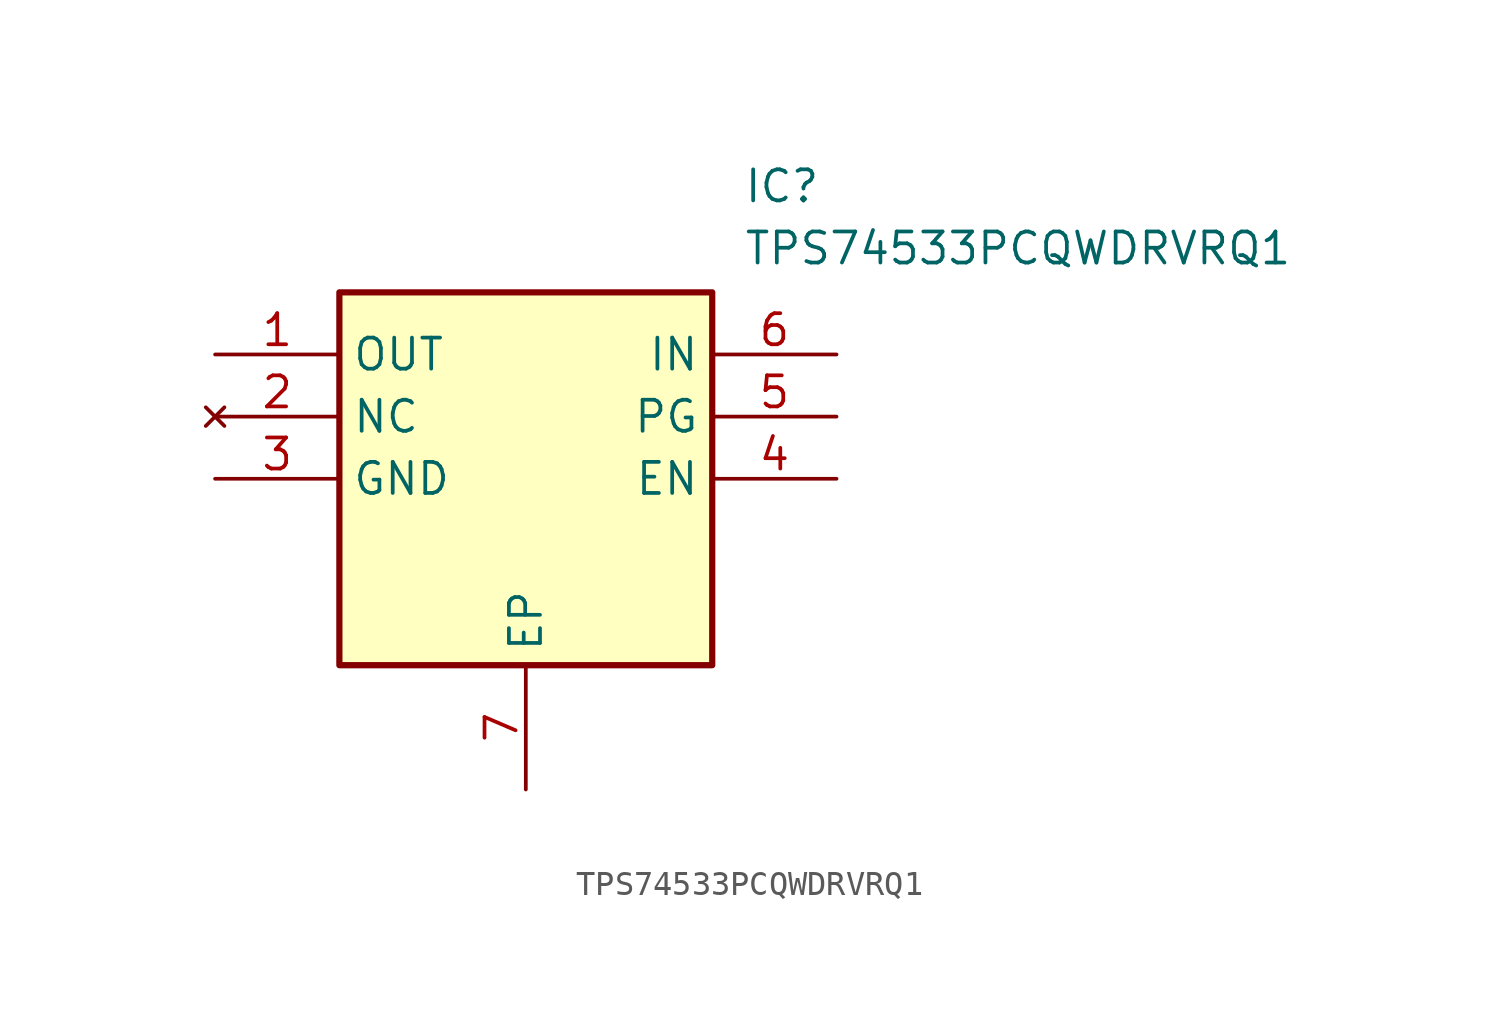
<source format=kicad_sym>
(kicad_symbol_lib
  (version 20211014)
  (generator SamacSys_ECAD_Model)
  (symbol "TPS74533PCQWDRVRQ1"
    (property "Reference" "IC"
      (at 21.59 7.62 0)
      (effects (font (size 1.27 1.27)) (justify left top)))
    (property "Value" "TPS74533PCQWDRVRQ1"
      (at 21.59 5.08 0)
      (effects (font (size 1.27 1.27)) (justify left top)))
    (rectangle
      (start 5.08 2.54)
      (end 20.32 -12.7)
      (stroke (width 0.254) (type default))
      (fill (type background)))
    (pin passive line
      (at 0 0 0)
      (length 5.08)
      (name "OUT" (effects (font (size 1.27 1.27))))
      (number "1" (effects (font (size 1.27 1.27)))))
    (pin no_connect line
      (at 0 -2.54 0)
      (length 5.08)
      (name "NC" (effects (font (size 1.27 1.27))))
      (number "2" (effects (font (size 1.27 1.27)))))
    (pin passive line
      (at 0 -5.08 0)
      (length 5.08)
      (name "GND" (effects (font (size 1.27 1.27))))
      (number "3" (effects (font (size 1.27 1.27)))))
    (pin passive line
      (at 12.7 -17.78 90)
      (length 5.08)
      (name "EP" (effects (font (size 1.27 1.27))))
      (number "7" (effects (font (size 1.27 1.27)))))
    (pin passive line
      (at 25.4 0 180)
      (length 5.08)
      (name "IN" (effects (font (size 1.27 1.27))))
      (number "6" (effects (font (size 1.27 1.27)))))
    (pin passive line
      (at 25.4 -2.54 180)
      (length 5.08)
      (name "PG" (effects (font (size 1.27 1.27))))
      (number "5" (effects (font (size 1.27 1.27)))))
    (pin passive line
      (at 25.4 -5.08 180)
      (length 5.08)
      (name "EN" (effects (font (size 1.27 1.27))))
      (number "4" (effects (font (size 1.27 1.27)))))))
</source>
